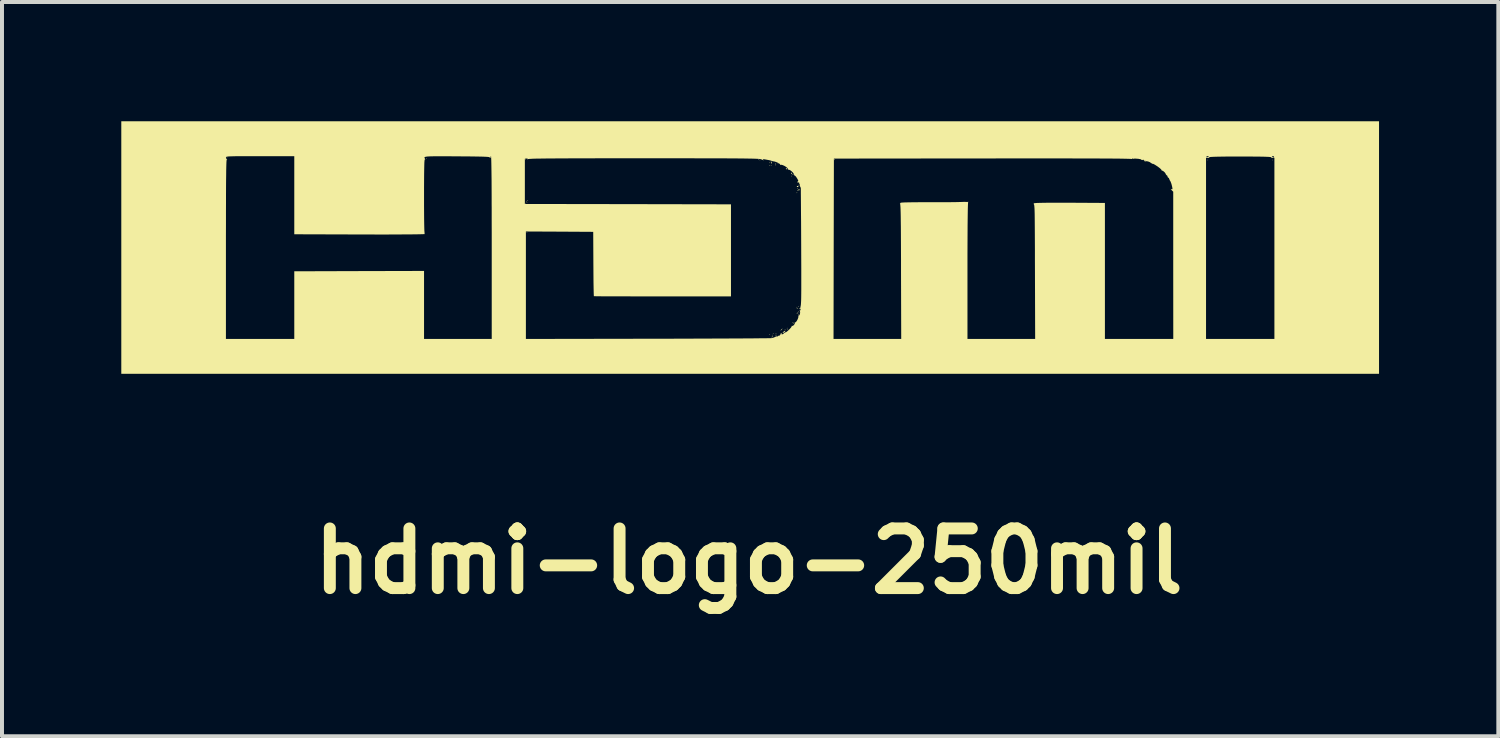
<source format=kicad_pcb>
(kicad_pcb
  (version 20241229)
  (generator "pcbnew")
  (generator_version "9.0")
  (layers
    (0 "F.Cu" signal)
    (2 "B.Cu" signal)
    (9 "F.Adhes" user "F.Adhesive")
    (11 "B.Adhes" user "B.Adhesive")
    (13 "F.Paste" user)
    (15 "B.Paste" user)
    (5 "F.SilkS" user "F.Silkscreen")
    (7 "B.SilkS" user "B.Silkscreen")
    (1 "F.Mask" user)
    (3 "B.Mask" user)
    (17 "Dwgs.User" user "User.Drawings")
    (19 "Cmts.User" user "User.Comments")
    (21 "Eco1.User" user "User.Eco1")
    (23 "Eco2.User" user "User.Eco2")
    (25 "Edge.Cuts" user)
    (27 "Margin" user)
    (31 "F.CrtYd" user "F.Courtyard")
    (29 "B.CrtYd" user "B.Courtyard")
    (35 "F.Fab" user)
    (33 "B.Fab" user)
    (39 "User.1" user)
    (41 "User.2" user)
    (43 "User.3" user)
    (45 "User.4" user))
  (footprint "hdmi-logo-250mil"
    (layer "F.Cu")
    (at 15.805 3.175)
    (property "Reference" "hdmi-logo-250mil" (at -0.025 7.885 0) (layer "F.SilkS") (effects (font (size 1.5 1.5) (thickness 0.3))))
    (attr board_only exclude_from_pos_files exclude_from_bom)
    (fp_poly (pts (xy -13.139 -2.272) (xy -13.147 -2.263) (xy -13.156 -2.272) (xy -13.147 -2.28)) (stroke (width 0) (type solid)) (fill yes) (layer "F.SilkS"))
    (fp_poly (pts (xy -8.122 -2.237) (xy -8.13 -2.228) (xy -8.139 -2.237) (xy -8.13 -2.245)) (stroke (width 0) (type solid)) (fill yes) (layer "F.SilkS"))
    (fp_poly (pts (xy -5.631 -2.219) (xy -5.64 -2.21) (xy -5.648 -2.219) (xy -5.64 -2.228)) (stroke (width 0) (type solid)) (fill yes) (layer "F.SilkS"))
    (fp_poly (pts (xy -5.631 -1.114) (xy -5.64 -1.105) (xy -5.648 -1.114) (xy -5.64 -1.123)) (stroke (width 0) (type solid)) (fill yes) (layer "F.SilkS"))
    (fp_poly (pts (xy -5.613 -1.167) (xy -5.622 -1.158) (xy -5.631 -1.167) (xy -5.622 -1.175)) (stroke (width 0) (type solid)) (fill yes) (layer "F.SilkS"))
    (fp_poly (pts (xy -5.596 -1.131) (xy -5.604 -1.123) (xy -5.613 -1.131) (xy -5.604 -1.14)) (stroke (width 0) (type solid)) (fill yes) (layer "F.SilkS"))
    (fp_poly (pts (xy -5.596 -0.377) (xy -5.604 -0.368) (xy -5.613 -0.377) (xy -5.604 -0.386)) (stroke (width 0) (type solid)) (fill yes) (layer "F.SilkS"))
    (fp_poly (pts (xy -5.578 -1.184) (xy -5.587 -1.175) (xy -5.596 -1.184) (xy -5.587 -1.193)) (stroke (width 0) (type solid)) (fill yes) (layer "F.SilkS"))
    (fp_poly (pts (xy 0.228 -2.219) (xy 0.219 -2.21) (xy 0.21 -2.219) (xy 0.219 -2.228)) (stroke (width 0) (type solid)) (fill yes) (layer "F.SilkS"))
    (fp_poly (pts (xy 0.263 -2.201) (xy 0.254 -2.193) (xy 0.246 -2.201) (xy 0.254 -2.21)) (stroke (width 0) (type solid)) (fill yes) (layer "F.SilkS"))
    (fp_poly (pts (xy 0.509 -2.131) (xy 0.5 -2.123) (xy 0.491 -2.131) (xy 0.5 -2.14)) (stroke (width 0) (type solid)) (fill yes) (layer "F.SilkS"))
    (fp_poly (pts (xy 0.509 -2.061) (xy 0.5 -2.052) (xy 0.491 -2.061) (xy 0.5 -2.07)) (stroke (width 0) (type solid)) (fill yes) (layer "F.SilkS"))
    (fp_poly (pts (xy 0.509 2.184) (xy 0.5 2.193) (xy 0.491 2.184) (xy 0.5 2.175)) (stroke (width 0) (type solid)) (fill yes) (layer "F.SilkS"))
    (fp_poly (pts (xy 0.544 -2.061) (xy 0.535 -2.052) (xy 0.526 -2.061) (xy 0.535 -2.07)) (stroke (width 0) (type solid)) (fill yes) (layer "F.SilkS"))
    (fp_poly (pts (xy 0.579 2.201) (xy 0.57 2.21) (xy 0.561 2.201) (xy 0.57 2.193)) (stroke (width 0) (type solid)) (fill yes) (layer "F.SilkS"))
    (fp_poly (pts (xy 0.596 2.166) (xy 0.588 2.175) (xy 0.579 2.166) (xy 0.588 2.158)) (stroke (width 0) (type solid)) (fill yes) (layer "F.SilkS"))
    (fp_poly (pts (xy 0.649 -2.114) (xy 0.64 -2.105) (xy 0.631 -2.114) (xy 0.64 -2.123)) (stroke (width 0) (type solid)) (fill yes) (layer "F.SilkS"))
    (fp_poly (pts (xy 0.649 2.201) (xy 0.64 2.21) (xy 0.631 2.201) (xy 0.64 2.193)) (stroke (width 0) (type solid)) (fill yes) (layer "F.SilkS"))
    (fp_poly (pts (xy 0.667 2.166) (xy 0.658 2.175) (xy 0.649 2.166) (xy 0.658 2.158)) (stroke (width 0) (type solid)) (fill yes) (layer "F.SilkS"))
    (fp_poly (pts (xy 0.684 2.201) (xy 0.675 2.21) (xy 0.667 2.201) (xy 0.675 2.193)) (stroke (width 0) (type solid)) (fill yes) (layer "F.SilkS"))
    (fp_poly (pts (xy 0.719 -2.114) (xy 0.71 -2.105) (xy 0.702 -2.114) (xy 0.71 -2.123)) (stroke (width 0) (type solid)) (fill yes) (layer "F.SilkS"))
    (fp_poly (pts (xy 0.895 2.061) (xy 0.886 2.07) (xy 0.877 2.061) (xy 0.886 2.052)) (stroke (width 0) (type solid)) (fill yes) (layer "F.SilkS"))
    (fp_poly (pts (xy 0.947 2.026) (xy 0.938 2.035) (xy 0.93 2.026) (xy 0.938 2.017)) (stroke (width 0) (type solid)) (fill yes) (layer "F.SilkS"))
    (fp_poly (pts (xy 0.965 2.061) (xy 0.956 2.07) (xy 0.947 2.061) (xy 0.956 2.052)) (stroke (width 0) (type solid)) (fill yes) (layer "F.SilkS"))
    (fp_poly (pts (xy 1.052 -1.798) (xy 1.044 -1.789) (xy 1.035 -1.798) (xy 1.044 -1.807)) (stroke (width 0) (type solid)) (fill yes) (layer "F.SilkS"))
    (fp_poly (pts (xy 1.193 -1.377) (xy 1.184 -1.368) (xy 1.175 -1.377) (xy 1.184 -1.386)) (stroke (width 0) (type solid)) (fill yes) (layer "F.SilkS"))
    (fp_poly (pts (xy 1.193 1.5) (xy 1.184 1.509) (xy 1.175 1.5) (xy 1.184 1.491)) (stroke (width 0) (type solid)) (fill yes) (layer "F.SilkS"))
    (fp_poly (pts (xy 1.21 -1.482) (xy 1.202 -1.473) (xy 1.193 -1.482) (xy 1.202 -1.491)) (stroke (width 0) (type solid)) (fill yes) (layer "F.SilkS"))
    (fp_poly (pts (xy 1.228 -1.57) (xy 1.219 -1.561) (xy 1.21 -1.57) (xy 1.219 -1.579)) (stroke (width 0) (type solid)) (fill yes) (layer "F.SilkS"))
    (fp_poly (pts (xy 1.228 1.482) (xy 1.219 1.491) (xy 1.21 1.482) (xy 1.219 1.473)) (stroke (width 0) (type solid)) (fill yes) (layer "F.SilkS"))
    (fp_poly (pts (xy 1.228 1.605) (xy 1.219 1.614) (xy 1.21 1.605) (xy 1.219 1.596)) (stroke (width 0) (type solid)) (fill yes) (layer "F.SilkS"))
    (fp_poly (pts (xy 1.228 1.675) (xy 1.219 1.684) (xy 1.21 1.675) (xy 1.219 1.666)) (stroke (width 0) (type solid)) (fill yes) (layer "F.SilkS"))
    (fp_poly (pts (xy 1.245 1.64) (xy 1.237 1.649) (xy 1.228 1.64) (xy 1.237 1.631)) (stroke (width 0) (type solid)) (fill yes) (layer "F.SilkS"))
    (fp_poly (pts (xy 11.525 -2.201) (xy 11.516 -2.193) (xy 11.507 -2.201) (xy 11.516 -2.21)) (stroke (width 0) (type solid)) (fill yes) (layer "F.SilkS"))
    (fp_poly (pts (xy 13.156 -2.201) (xy 13.147 -2.193) (xy 13.139 -2.201) (xy 13.147 -2.21)) (stroke (width 0) (type solid)) (fill yes) (layer "F.SilkS"))
    (fp_poly (pts (xy 0.661 -2.082) (xy 0.658 -2.071) (xy 0.649 -2.07) (xy 0.635 -2.076) (xy 0.637 -2.082) (xy 0.658 -2.084)) (stroke (width 0) (type solid)) (fill yes) (layer "F.SilkS"))
    (fp_poly (pts (xy 1.205 1.532) (xy 1.202 1.542) (xy 1.193 1.544) (xy 1.178 1.537) (xy 1.181 1.532) (xy 1.202 1.53)) (stroke (width 0) (type solid)) (fill yes) (layer "F.SilkS"))
    (fp_poly (pts (xy 2.134 -2.222) (xy 2.136 -2.201) (xy 2.134 -2.199) (xy 2.124 -2.201) (xy 2.123 -2.21) (xy 2.129 -2.225)) (stroke (width 0) (type solid)) (fill yes) (layer "F.SilkS"))
    (fp_poly (pts (xy 0.541 -2.161) (xy 0.549 -2.141) (xy 0.552 -2.11) (xy 0.544 -2.109) (xy 0.532 -2.132) (xy 0.528 -2.16) (xy 0.531 -2.168)) (stroke (width 0) (type solid)) (fill yes) (layer "F.SilkS"))
    (fp_poly (pts (xy 1.056 -1.884) (xy 1.063 -1.863) (xy 1.061 -1.858) (xy 1.046 -1.843) (xy 1.041 -1.861) (xy 1.041 -1.867) (xy 1.049 -1.885)) (stroke (width 0) (type solid)) (fill yes) (layer "F.SilkS"))
    (fp_poly (pts (xy 1.085 1.884) (xy 1.104 1.9) (xy 1.105 1.904) (xy 1.097 1.911) (xy 1.079 1.895) (xy 1.077 1.892) (xy 1.075 1.88)) (stroke (width 0) (type solid)) (fill yes) (layer "F.SilkS"))
    (fp_poly (pts (xy 0.573 2.239) (xy 0.57 2.245) (xy 0.554 2.262) (xy 0.55 2.263) (xy 0.549 2.252) (xy 0.553 2.245) (xy 0.569 2.229) (xy 0.572 2.228)) (stroke (width 0) (type solid)) (fill yes) (layer "F.SilkS"))
    (fp_poly (pts (xy 0.819 2.044) (xy 0.809 2.057) (xy 0.784 2.084) (xy 0.772 2.084) (xy 0.772 2.081) (xy 0.784 2.066) (xy 0.803 2.05) (xy 0.823 2.035)) (stroke (width 0) (type solid)) (fill yes) (layer "F.SilkS"))
    (fp_poly (pts (xy 0.938 -1.986) (xy 0.937 -1.979) (xy 0.922 -1.965) (xy 0.921 -1.965) (xy 0.907 -1.977) (xy 0.905 -1.979) (xy 0.91 -1.992) (xy 0.921 -1.994)) (stroke (width 0) (type solid)) (fill yes) (layer "F.SilkS"))
    (fp_poly (pts (xy 1.1 -1.848) (xy 1.096 -1.842) (xy 1.08 -1.825) (xy 1.077 -1.824) (xy 1.076 -1.836) (xy 1.079 -1.842) (xy 1.095 -1.859) (xy 1.098 -1.859)) (stroke (width 0) (type solid)) (fill yes) (layer "F.SilkS"))
    (fp_poly (pts (xy 1.205 -1.549) (xy 1.226 -1.538) (xy 1.228 -1.535) (xy 1.214 -1.525) (xy 1.205 -1.521) (xy 1.184 -1.525) (xy 1.181 -1.535) (xy 1.193 -1.55)) (stroke (width 0) (type solid)) (fill yes) (layer "F.SilkS"))
    (fp_poly (pts (xy 1.205 1.643) (xy 1.202 1.649) (xy 1.185 1.666) (xy 1.182 1.666) (xy 1.181 1.655) (xy 1.184 1.649) (xy 1.201 1.632) (xy 1.204 1.631)) (stroke (width 0) (type solid)) (fill yes) (layer "F.SilkS"))
    (fp_poly (pts (xy 0.893 2.09) (xy 0.892 2.103) (xy 0.868 2.126) (xy 0.867 2.128) (xy 0.837 2.147) (xy 0.824 2.149) (xy 0.824 2.148) (xy 0.837 2.126) (xy 0.863 2.102) (xy 0.889 2.09)) (stroke (width 0) (type solid)) (fill yes) (layer "F.SilkS"))
    (fp_poly (pts (xy 1.255 -1.452) (xy 1.26 -1.439) (xy 1.254 -1.443) (xy 1.231 -1.444) (xy 1.216 -1.436) (xy 1.197 -1.424) (xy 1.193 -1.425) (xy 1.204 -1.442) (xy 1.218 -1.455) (xy 1.242 -1.466)) (stroke (width 0) (type solid)) (fill yes) (layer "F.SilkS"))
    (fp_poly (pts (xy 15.822 0) (xy 15.822 3.175) (xy 0.009 3.175) (xy -15.805 3.175) (xy -15.805 2.298) (xy -13.174 2.298) (xy -12.314 2.298) (xy -11.455 2.298) (xy -11.455 1.447) (xy -11.455 0.597) (xy -9.823 0.592) (xy -8.192 0.588) (xy -8.192 1.443) (xy -8.192 2.298) (xy -7.341 2.298) (xy -6.49 2.298) (xy -6.49 0) (xy -6.49 -0.368) (xy -6.491 -0.702) (xy -6.491 -1.001) (xy -6.492 -1.096) (xy -5.657 -1.096) (xy -3.065 -1.092) (xy -0.474 -1.087) (xy -0.474 0.07) (xy -0.474 1.228) (xy -2.193 1.228) (xy -2.435 1.228) (xy -2.668 1.228) (xy -2.888 1.228) (xy -3.093 1.227) (xy -3.281 1.227) (xy -3.45 1.227) (xy -3.597 1.226) (xy -3.719 1.226) (xy -3.815 1.225) (xy -3.881 1.224) (xy -3.916 1.224) (xy -3.921 1.224) (xy -3.923 1.206) (xy -3.925 1.156) (xy -3.927 1.079) (xy -3.929 0.976) (xy -3.931 0.853) (xy -3.932 0.712) (xy -3.933 0.557) (xy -3.934 0.412) (xy -3.938 -0.395) (xy -4.784 -0.4) (xy -5.631 -0.404) (xy -5.631 0.947) (xy -5.631 2.298) (xy -5.512 2.298) (xy 2.105 2.298) (xy 2.956 2.298) (xy 3.807 2.298) (xy 3.802 0.592) (xy 3.802 0.307) (xy 3.801 0.055) (xy 3.8 -0.166) (xy 3.799 -0.357) (xy 3.798 -0.522) (xy 3.796 -0.661) (xy 3.795 -0.777) (xy 3.793 -0.872) (xy 3.791 -0.948) (xy 3.789 -1.006) (xy 3.786 -1.049) (xy 3.783 -1.079) (xy 3.78 -1.097) (xy 3.776 -1.106) (xy 3.771 -1.108) (xy 3.795 -1.12) (xy 3.785 -1.125) (xy 3.782 -1.127) (xy 3.792 -1.128) (xy 3.798 -1.123) (xy 3.804 -1.129) (xy 3.826 -1.131) (xy 3.897 -1.135) (xy 3.997 -1.137) (xy 4.127 -1.139) (xy 4.288 -1.14) (xy 4.483 -1.141) (xy 4.622 -1.141) (xy 4.845 -1.141) (xy 5.034 -1.141) (xy 5.189 -1.143) (xy 5.311 -1.146) (xy 5.4 -1.149) (xy 5.485 -1.145) (xy 5.482 -1.158) (xy 5.482 -1.158) (xy 5.48 -1.155) (xy 5.49 -1.15) (xy 5.49 -1.13) (xy 5.47 -1.14) (xy 5.475 -1.13) (xy 5.48 -1.15) (xy 5.498 -1.152) (xy 5.491 -1.149) (xy 5.488 -1.13) (xy 5.485 -1.076) (xy 5.482 -0.988) (xy 5.48 -0.868) (xy 5.478 -0.715) (xy 5.476 -0.531) (xy 5.475 -0.316) (xy 5.474 -0.071) (xy 5.473 0.204) (xy 5.473 0.507) (xy 5.473 0.58) (xy 5.473 2.298) (xy 6.324 2.298) (xy 7.175 2.298) (xy 7.17 0.601) (xy 7.169 0.319) (xy 7.169 0.071) (xy 7.168 -0.147) (xy 7.167 -0.336) (xy 7.166 -0.498) (xy 7.165 -0.635) (xy 7.164 -0.749) (xy 7.163 -0.843) (xy 7.161 -0.917) (xy 7.159 -0.976) (xy 7.156 -1.019) (xy 7.153 -1.051) (xy 7.15 -1.071) (xy 7.146 -1.084) (xy 7.141 -1.09) (xy 7.136 -1.092) (xy 7.14 -1.1) (xy 7.165 -1.105) (xy 7.14 -1.1) (xy 7.14 -1.105) (xy 7.14 -1.115) (xy 7.145 -1.105) (xy 7.145 -1.125) (xy 7.15 -1.12) (xy 7.15 -1.12) (xy 7.151 -1.119) (xy 7.157 -1.114) (xy 7.173 -1.113) (xy 7.174 -1.117) (xy 7.191 -1.12) (xy 7.24 -1.122) (xy 7.317 -1.124) (xy 7.42 -1.126) (xy 7.544 -1.127) (xy 7.686 -1.127) (xy 7.844 -1.127) (xy 8.014 -1.127) (xy 8.052 -1.127) (xy 8.929 -1.122) (xy 8.929 0.588) (xy 8.929 2.298) (xy 9.788 2.298) (xy 10.648 2.298) (xy 11.472 2.298) (xy 12.332 2.298) (xy 13.191 2.298) (xy 13.191 0.019) (xy 13.191 -2.26) (xy 13.148 -2.255) (xy 13.117 -2.258) (xy 13.109 -2.27) (xy 13.098 -2.275) (xy 13.063 -2.279) (xy 13.003 -2.282) (xy 12.915 -2.285) (xy 12.797 -2.287) (xy 12.649 -2.288) (xy 12.469 -2.289) (xy 12.332 -2.289) (xy 12.129 -2.289) (xy 11.96 -2.288) (xy 11.823 -2.286) (xy 11.715 -2.284) (xy 11.637 -2.281) (xy 11.585 -2.278) (xy 11.559 -2.273) (xy 11.555 -2.27) (xy 11.543 -2.257) (xy 11.515 -2.255) (xy 11.472 -2.26) (xy 11.472 0.019) (xy 11.472 2.298) (xy 10.648 2.298) (xy 10.647 0.447) (xy 10.647 -1.404) (xy 10.609 -1.442) (xy 10.587 -1.466) (xy 10.589 -1.472) (xy 10.603 -1.468) (xy 10.622 -1.464) (xy 10.628 -1.478) (xy 10.622 -1.52) (xy 10.622 -1.52) (xy 10.603 -1.598) (xy 10.58 -1.66) (xy 10.555 -1.7) (xy 10.55 -1.72) (xy 10.545 -1.725) (xy 10.54 -1.745) (xy 10.535 -1.75) (xy 10.536 -1.75) (xy 10.527 -1.754) (xy 10.509 -1.768) (xy 10.507 -1.779) (xy 10.495 -1.81) (xy 10.487 -1.817) (xy 10.475 -1.819) (xy 10.485 -1.82) (xy 10.475 -1.82) (xy 10.474 -1.825) (xy 10.465 -1.835) (xy 10.46 -1.845) (xy 10.458 -1.853) (xy 10.436 -1.886) (xy 10.422 -1.901) (xy 10.388 -1.928) (xy 10.362 -1.936) (xy 10.359 -1.934) (xy 10.355 -1.945) (xy 10.355 -1.941) (xy 10.347 -1.96) (xy 10.314 -1.993) (xy 10.259 -2.035) (xy 10.25 -2.041) (xy 10.187 -2.082) (xy 10.146 -2.104) (xy 10.12 -2.107) (xy 10.115 -2.11) (xy 10.105 -2.115) (xy 10.095 -2.125) (xy 10.087 -2.128) (xy 10.056 -2.149) (xy 10.014 -2.165) (xy 9.973 -2.172) (xy 9.948 -2.167) (xy 9.926 -2.17) (xy 9.918 -2.183) (xy 9.917 -2.184) (xy 9.928 -2.184) (xy 9.937 -2.175) (xy 9.946 -2.184) (xy 9.937 -2.193) (xy 9.928 -2.184) (xy 9.917 -2.184) (xy 9.9 -2.207) (xy 9.89 -2.21) (xy 9.883 -2.199) (xy 9.88 -2.205) (xy 9.87 -2.205) (xy 9.865 -2.197) (xy 9.834 -2.216) (xy 9.815 -2.225) (xy 9.805 -2.225) (xy 9.79 -2.23) (xy 9.795 -2.23) (xy 9.8 -2.23) (xy 9.793 -2.225) (xy 9.776 -2.231) (xy 9.707 -2.236) (xy 9.666 -2.236) (xy 9.644 -2.231) (xy 9.637 -2.235) (xy 9.615 -2.23) (xy 9.605 -2.227) (xy 9.588 -2.229) (xy 9.543 -2.231) (xy 9.469 -2.233) (xy 9.367 -2.235) (xy 9.242 -2.237) (xy 9.613 -2.237) (xy 9.621 -2.228) (xy 9.63 -2.237) (xy 9.621 -2.245) (xy 9.613 -2.237) (xy 9.242 -2.237) (xy 9.235 -2.237) (xy 9.072 -2.238) (xy 8.88 -2.239) (xy 8.656 -2.24) (xy 8.401 -2.241) (xy 8.114 -2.241) (xy 7.794 -2.242) (xy 7.442 -2.242) (xy 7.056 -2.242) (xy 6.637 -2.242) (xy 6.183 -2.241) (xy 5.848 -2.241) (xy 2.114 -2.237) (xy 2.109 0.031) (xy 2.105 2.298) (xy -5.512 2.298) (xy -2.574 2.293) (xy -2.248 2.293) (xy -1.932 2.292) (xy -1.625 2.291) (xy -1.332 2.29) (xy -1.053 2.289) (xy -0.79 2.288) (xy -0.545 2.287) (xy -0.32 2.286) (xy -0.116 2.285) (xy 0.063 2.284) (xy 0.218 2.282) (xy 0.345 2.281) (xy 0.443 2.28) (xy 0.51 2.279) (xy 0.545 2.278) (xy 0.549 2.277) (xy 0.599 2.265) (xy 0.636 2.248) (xy 0.64 2.245) (xy 0.67 2.233) (xy 0.683 2.236) (xy 0.7 2.236) (xy 0.702 2.231) (xy 0.716 2.218) (xy 0.732 2.217) (xy 0.756 2.209) (xy 0.759 2.199) (xy 0.764 2.184) (xy 0.772 2.184) (xy 0.781 2.193) (xy 0.789 2.184) (xy 0.781 2.175) (xy 0.772 2.184) (xy 0.764 2.184) (xy 0.768 2.173) (xy 0.785 2.155) (xy 0.803 2.144) (xy 0.801 2.152) (xy 0.796 2.176) (xy 0.813 2.183) (xy 0.839 2.173) (xy 0.853 2.159) (xy 0.88 2.136) (xy 0.896 2.132) (xy 0.915 2.126) (xy 0.948 2.101) (xy 0.987 2.065) (xy 1.022 2.027) (xy 1.047 1.995) (xy 1.052 1.981) (xy 1.059 1.967) (xy 1.063 1.969) (xy 1.083 1.969) (xy 1.107 1.949) (xy 1.127 1.921) (xy 1.132 1.896) (xy 1.131 1.893) (xy 1.127 1.88) (xy 1.137 1.884) (xy 1.155 1.877) (xy 1.179 1.848) (xy 1.201 1.807) (xy 1.218 1.764) (xy 1.222 1.731) (xy 1.221 1.725) (xy 1.22 1.708) (xy 1.226 1.709) (xy 1.243 1.705) (xy 1.257 1.678) (xy 1.265 1.641) (xy 1.263 1.608) (xy 1.257 1.596) (xy 1.248 1.582) (xy 1.255 1.584) (xy 1.271 1.578) (xy 1.276 1.559) (xy 1.274 1.535) (xy 1.258 1.54) (xy 1.249 1.546) (xy 1.24 1.549) (xy 1.252 1.531) (xy 1.263 1.518) (xy 1.284 1.49) (xy 1.286 1.481) (xy 1.281 1.483) (xy 1.264 1.49) (xy 1.272 1.476) (xy 1.277 1.47) (xy 1.281 1.459) (xy 1.284 1.434) (xy 1.287 1.394) (xy 1.29 1.338) (xy 1.292 1.262) (xy 1.293 1.165) (xy 1.294 1.045) (xy 1.294 0.9) (xy 1.294 0.728) (xy 1.294 0.527) (xy 1.293 0.296) (xy 1.292 0.031) (xy 1.292 -0.011) (xy 1.291 -0.234) (xy 1.29 -0.448) (xy 1.289 -0.649) (xy 1.287 -0.835) (xy 1.286 -1.004) (xy 1.285 -1.152) (xy 1.284 -1.277) (xy 1.283 -1.376) (xy 1.283 -1.447) (xy 1.282 -1.487) (xy 1.282 -1.495) (xy 1.271 -1.526) (xy 1.263 -1.535) (xy 1.254 -1.557) (xy 1.256 -1.569) (xy 1.254 -1.597) (xy 1.246 -1.604) (xy 1.236 -1.627) (xy 1.24 -1.637) (xy 1.244 -1.649) (xy 1.226 -1.637) (xy 1.206 -1.626) (xy 1.2 -1.646) (xy 1.2 -1.649) (xy 1.207 -1.671) (xy 1.217 -1.671) (xy 1.219 -1.679) (xy 1.206 -1.709) (xy 1.19 -1.738) (xy 1.161 -1.782) (xy 1.136 -1.808) (xy 1.126 -1.811) (xy 1.113 -1.82) (xy 1.115 -1.829) (xy 1.108 -1.854) (xy 1.081 -1.889) (xy 1.044 -1.924) (xy 1.006 -1.95) (xy 0.977 -1.959) (xy 0.974 -1.959) (xy 0.956 -1.96) (xy 0.958 -1.973) (xy 0.95 -1.995) (xy 0.919 -2.023) (xy 0.875 -2.051) (xy 0.83 -2.072) (xy 0.792 -2.082) (xy 0.779 -2.081) (xy 0.761 -2.079) (xy 0.762 -2.086) (xy 0.754 -2.102) (xy 0.723 -2.123) (xy 0.679 -2.144) (xy 0.632 -2.161) (xy 0.609 -2.165) (xy 0.565 -2.174) (xy 0.544 -2.181) (xy 0.506 -2.193) (xy 0.474 -2.2) (xy 0.425 -2.209) (xy 0.369 -2.219) (xy 0.368 -2.219) (xy 0.331 -2.224) (xy 0.324 -2.22) (xy 0.333 -2.212) (xy 0.351 -2.196) (xy 0.342 -2.195) (xy 0.31 -2.207) (xy 0.287 -2.219) (xy 0.277 -2.222) (xy 0.261 -2.225) (xy 0.236 -2.228) (xy 0.201 -2.231) (xy 0.155 -2.233) (xy 0.096 -2.235) (xy 0.022 -2.237) (xy -0.068 -2.238) (xy -0.175 -2.24) (xy -0.302 -2.241) (xy -0.449 -2.242) (xy -0.619 -2.243) (xy -0.812 -2.244) (xy -1.031 -2.244) (xy -1.277 -2.244) (xy -1.552 -2.245) (xy -1.856 -2.245) (xy -2.192 -2.245) (xy -2.561 -2.245) (xy -2.658 -2.245) (xy -3.046 -2.245) (xy -3.4 -2.245) (xy -3.722 -2.245) (xy -4.013 -2.244) (xy -4.274 -2.244) (xy -4.506 -2.243) (xy -4.712 -2.242) (xy -4.892 -2.241) (xy -5.047 -2.24) (xy -5.18 -2.239) (xy -5.291 -2.237) (xy -5.382 -2.236) (xy -5.453 -2.234) (xy -5.507 -2.231) (xy -5.545 -2.229) (xy -5.568 -2.226) (xy -5.577 -2.223) (xy -5.594 -2.21) (xy -5.589 -2.223) (xy -5.588 -2.223) (xy -5.589 -2.239) (xy -5.617 -2.239) (xy -5.657 -2.233) (xy -5.657 -1.665) (xy -5.657 -1.096) (xy -6.492 -1.096) (xy -6.492 -1.268) (xy -6.493 -1.503) (xy -6.494 -1.705) (xy -6.496 -1.877) (xy -6.498 -2.019) (xy -6.5 -2.13) (xy -6.502 -2.213) (xy -6.505 -2.268) (xy -6.506 -2.281) (xy 11.48 -2.281) (xy 11.5 -2.273) (xy 11.528 -2.278) (xy 11.542 -2.291) (xy 11.542 -2.291) (xy 11.532 -2.295) (xy 13.126 -2.295) (xy 13.132 -2.285) (xy 13.139 -2.28) (xy 13.164 -2.265) (xy 13.175 -2.269) (xy 13.182 -2.28) (xy 13.177 -2.294) (xy 13.153 -2.298) (xy 13.126 -2.295) (xy 11.532 -2.295) (xy 11.527 -2.297) (xy 11.506 -2.298) (xy 11.482 -2.291) (xy 11.48 -2.281) (xy -6.506 -2.281) (xy -6.507 -2.295) (xy -6.509 -2.298) (xy -6.52 -2.287) (xy -6.517 -2.282) (xy -6.52 -2.259) (xy -6.526 -2.254) (xy -6.539 -2.256) (xy -6.539 -2.266) (xy -6.543 -2.271) (xy -6.561 -2.276) (xy -6.594 -2.28) (xy -6.645 -2.283) (xy -6.717 -2.286) (xy -6.812 -2.288) (xy -6.933 -2.29) (xy -7.083 -2.292) (xy -7.264 -2.293) (xy -7.361 -2.294) (xy -7.556 -2.295) (xy -7.718 -2.295) (xy -7.85 -2.296) (xy -7.956 -2.295) (xy -8.037 -2.293) (xy -8.098 -2.29) (xy -8.14 -2.285) (xy -8.166 -2.279) (xy -8.179 -2.271) (xy -8.182 -2.261) (xy -8.178 -2.248) (xy -8.169 -2.233) (xy -8.167 -2.229) (xy -8.161 -2.213) (xy -8.172 -2.217) (xy -8.176 -2.211) (xy -8.18 -2.186) (xy -8.184 -2.138) (xy -8.186 -2.068) (xy -8.188 -1.971) (xy -8.19 -1.848) (xy -8.191 -1.695) (xy -8.192 -1.512) (xy -8.192 -1.295) (xy -8.192 -1.281) (xy -8.192 -1.062) (xy -8.191 -0.876) (xy -8.19 -0.721) (xy -8.188 -0.596) (xy -8.186 -0.499) (xy -8.184 -0.426) (xy -8.18 -0.378) (xy -8.177 -0.351) (xy -8.18 -0.35) (xy -8.18 -0.34) (xy -8.18 -0.345) (xy -8.18 -0.335) (xy -8.18 -0.338) (xy -8.232 -0.336) (xy -8.315 -0.334) (xy -8.428 -0.332) (xy -8.568 -0.331) (xy -8.734 -0.33) (xy -8.924 -0.329) (xy -9.136 -0.328) (xy -9.367 -0.328) (xy -9.617 -0.329) (xy -9.813 -0.329) (xy -11.455 -0.334) (xy -11.455 -1.316) (xy -11.455 -2.298) (xy -12.314 -2.298) (xy -12.51 -2.298) (xy -12.673 -2.298) (xy -12.807 -2.297) (xy -12.915 -2.297) (xy -12.999 -2.295) (xy -13.063 -2.293) (xy -13.109 -2.291) (xy -13.14 -2.287) (xy -13.159 -2.283) (xy -13.169 -2.277) (xy -13.173 -2.271) (xy -13.174 -2.263) (xy -13.164 -2.234) (xy -13.152 -2.226) (xy -13.139 -2.223) (xy -13.152 -2.216) (xy -13.155 -2.208) (xy -13.158 -2.187) (xy -13.161 -2.15) (xy -13.163 -2.096) (xy -13.165 -2.024) (xy -13.167 -1.932) (xy -13.168 -1.818) (xy -13.17 -1.682) (xy -13.171 -1.521) (xy -13.172 -1.334) (xy -13.172 -1.12) (xy -13.173 -0.876) (xy -13.173 -0.603) (xy -13.174 -0.297) (xy -13.174 0.043) (xy -13.174 0.045) (xy -13.174 2.298) (xy -15.805 2.298) (xy -15.805 0) (xy -15.805 -3.175) (xy 0.009 -3.175) (xy 15.822 -3.175)) (stroke (width 0) (type solid)) (fill yes) (layer "F.SilkS")))
  (gr_rect
    (start -3 -3)
    (end 34.627 15.464)
    (stroke (width 0.1) (type default))
    (fill no)
    (layer "Edge.Cuts")))
</source>
